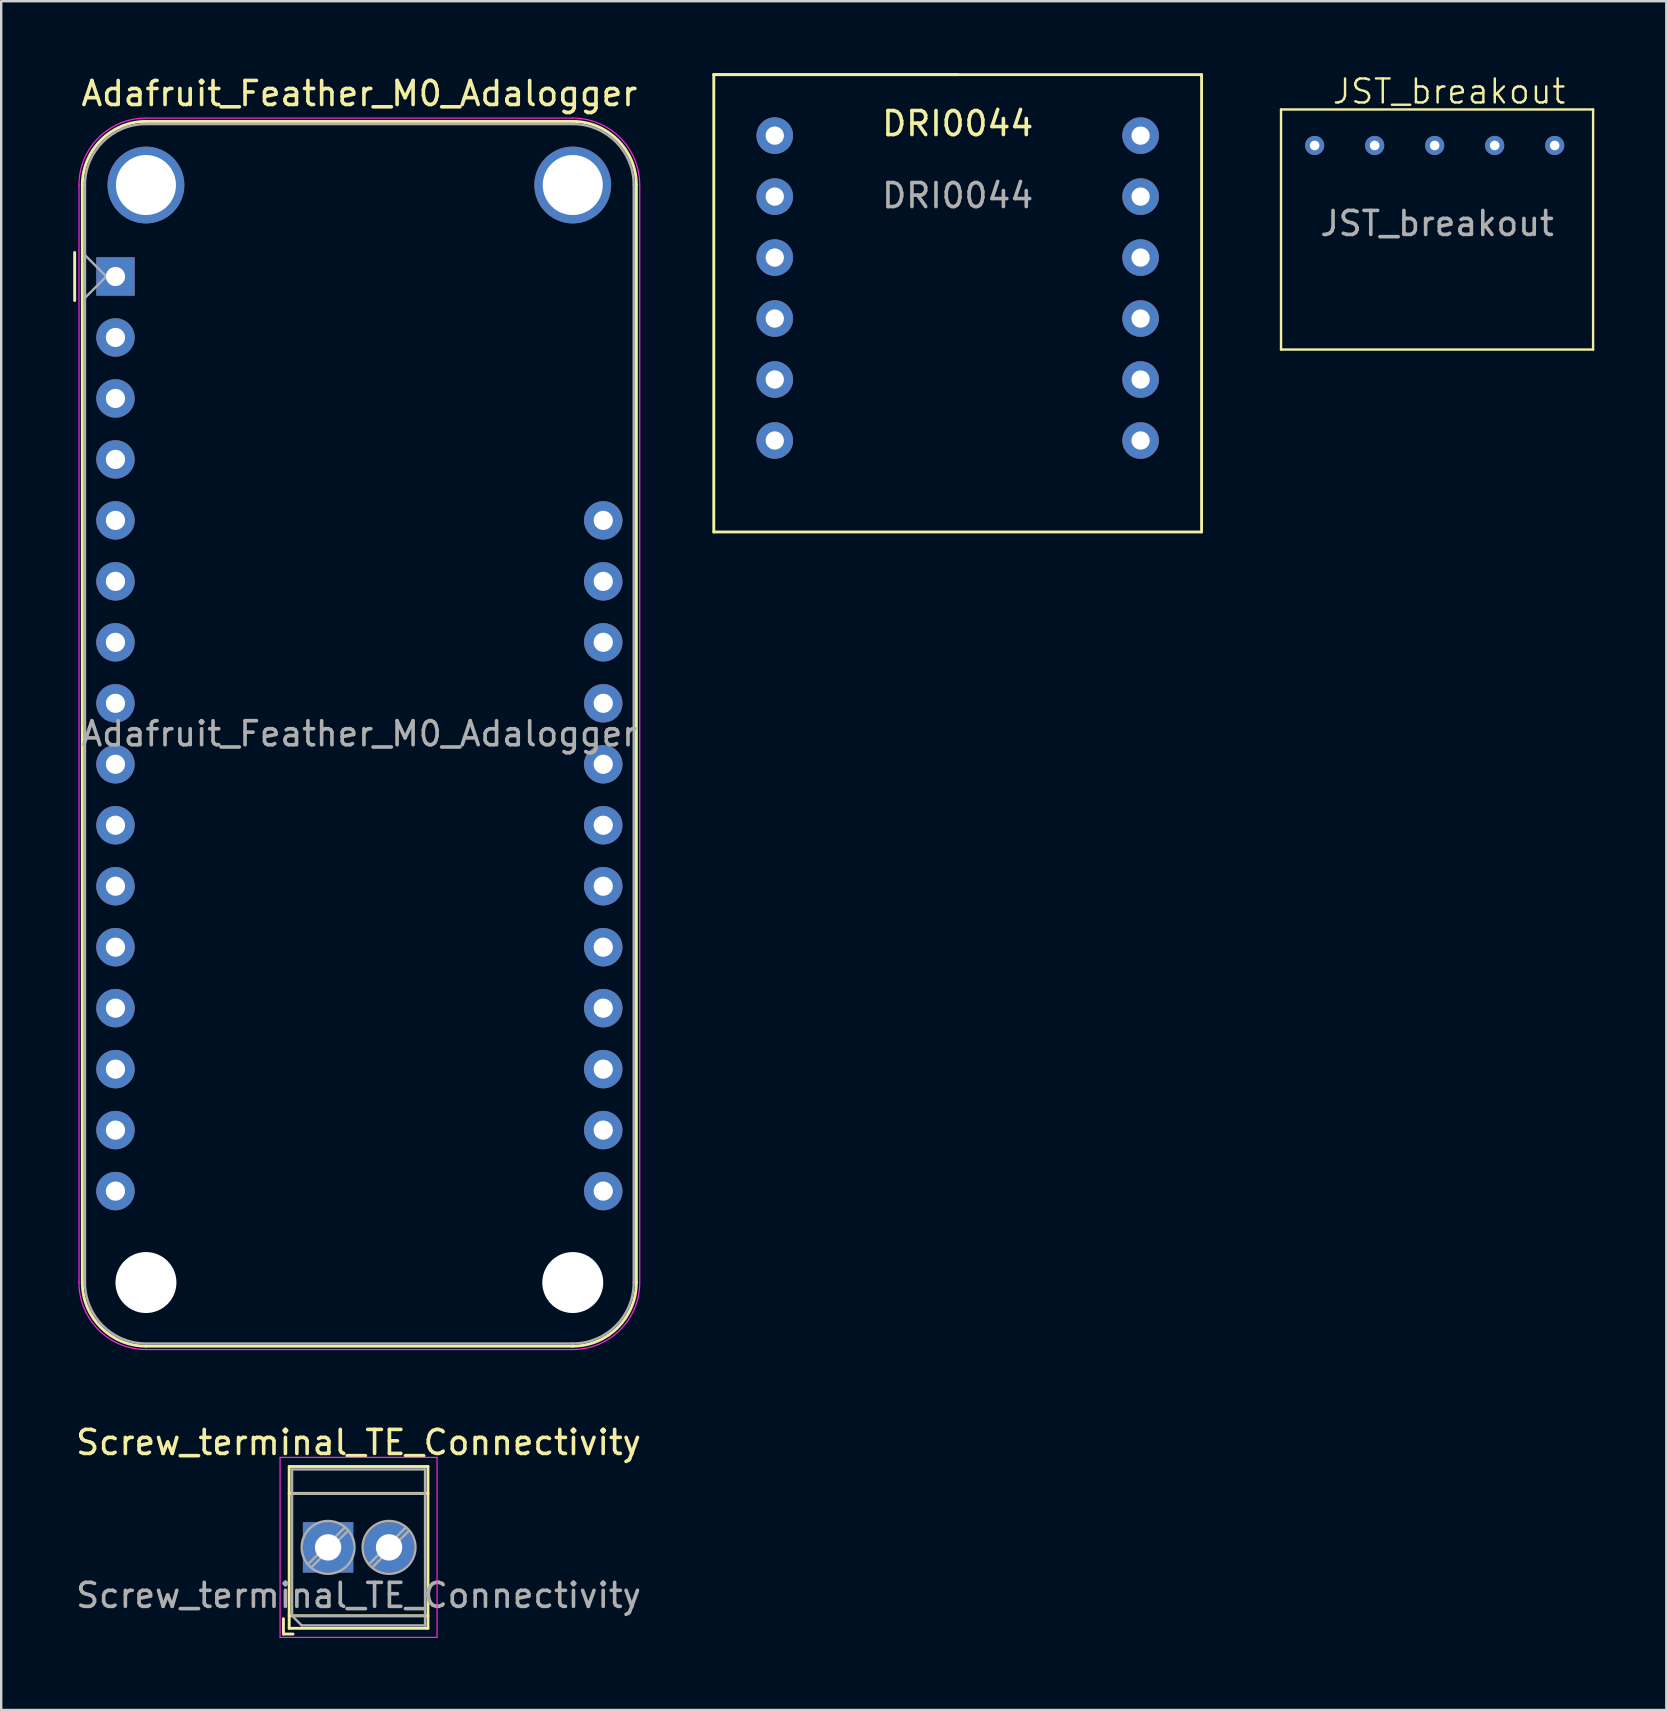
<source format=kicad_pcb>
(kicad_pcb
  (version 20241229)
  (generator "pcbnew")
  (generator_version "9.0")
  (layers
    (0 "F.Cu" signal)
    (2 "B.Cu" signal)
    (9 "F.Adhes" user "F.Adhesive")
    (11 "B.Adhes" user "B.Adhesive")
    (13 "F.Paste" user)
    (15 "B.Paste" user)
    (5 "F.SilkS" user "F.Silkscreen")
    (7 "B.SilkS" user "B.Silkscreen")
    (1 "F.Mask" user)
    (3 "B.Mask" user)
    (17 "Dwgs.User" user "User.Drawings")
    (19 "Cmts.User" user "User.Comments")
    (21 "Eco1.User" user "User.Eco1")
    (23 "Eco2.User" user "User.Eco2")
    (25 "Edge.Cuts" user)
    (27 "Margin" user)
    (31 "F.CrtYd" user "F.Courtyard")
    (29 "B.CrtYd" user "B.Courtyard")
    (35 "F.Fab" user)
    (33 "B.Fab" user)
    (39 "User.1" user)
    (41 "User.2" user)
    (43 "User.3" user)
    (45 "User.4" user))
  (footprint "DRI0044"
    (layer "F.Cu")
    (at 36.845 2.6)
    (property "Reference" "DRI0044" (at 0 -0.5 0) (unlocked yes) (layer "F.SilkS") (effects (font (size 1 1) (thickness 0.15))))
    (attr through_hole)
    (fp_line (start -10.16 -2.54) (end 10.16 -2.54) (stroke (width 0.12) (type solid)) (layer "F.SilkS"))
    (fp_line (start -10.16 16.51) (end -10.16 -2.54) (stroke (width 0.12) (type solid)) (layer "F.SilkS"))
    (fp_line (start 0 -2.54) (end -10.16 -2.54) (stroke (width 0.12) (type solid)) (layer "F.SilkS"))
    (fp_line (start 10.16 -2.54) (end 10.16 16.51) (stroke (width 0.12) (type solid)) (layer "F.SilkS"))
    (fp_line (start 10.16 16.51) (end -10.16 16.51) (stroke (width 0.12) (type solid)) (layer "F.SilkS"))
    (fp_text user "${REFERENCE}" (at 0 2.5 0) (unlocked yes) (layer "F.Fab") (effects (font (size 1 1) (thickness 0.15))))
    (pad "1" thru_hole circle (at -7.62 0) (size 1.524 1.524) (drill 0.762) (layers "*.Cu" "*.Mask"))
    (pad "2" thru_hole circle (at -7.62 2.54) (size 1.524 1.524) (drill 0.762) (layers "*.Cu" "*.Mask"))
    (pad "3" thru_hole circle (at -7.62 5.08) (size 1.524 1.524) (drill 0.762) (layers "*.Cu" "*.Mask"))
    (pad "4" thru_hole circle (at -7.62 7.62) (size 1.524 1.524) (drill 0.762) (layers "*.Cu" "*.Mask"))
    (pad "5" thru_hole circle (at -7.62 10.16) (size 1.524 1.524) (drill 0.762) (layers "*.Cu" "*.Mask"))
    (pad "6" thru_hole circle (at -7.62 12.7) (size 1.524 1.524) (drill 0.762) (layers "*.Cu" "*.Mask"))
    (pad "7" thru_hole circle (at 7.62 12.7) (size 1.524 1.524) (drill 0.762) (layers "*.Cu" "*.Mask"))
    (pad "8" thru_hole circle (at 7.62 10.16) (size 1.524 1.524) (drill 0.762) (layers "*.Cu" "*.Mask"))
    (pad "9" thru_hole circle (at 7.62 7.62) (size 1.524 1.524) (drill 0.762) (layers "*.Cu" "*.Mask"))
    (pad "10" thru_hole circle (at 7.62 5.08) (size 1.524 1.524) (drill 0.762) (layers "*.Cu" "*.Mask"))
    (pad "11" thru_hole circle (at 7.62 2.54) (size 1.524 1.524) (drill 0.762) (layers "*.Cu" "*.Mask"))
    (pad "12" thru_hole circle (at 7.62 0) (size 1.524 1.524) (drill 0.762) (layers "*.Cu" "*.Mask")))
  (footprint "Adafruit_Feather_M0_Adalogger"
    (layer "F.Cu")
    (at 1.76 8.468)
    (property "Reference" "Adafruit_Feather_M0_Adalogger" (at 10.16 -7.62 0) (layer "F.SilkS") (effects (font (size 1 1) (thickness 0.15))))
    (attr through_hole)
    (fp_line (start -1.7 1) (end -1.7 -1) (stroke (width 0.12) (type solid)) (layer "F.SilkS"))
    (fp_line (start -1.38 -3.81) (end -1.38 41.91) (stroke (width 0.12) (type solid)) (layer "F.SilkS"))
    (fp_line (start 19.05 -6.46) (end 1.27 -6.46) (stroke (width 0.12) (type solid)) (layer "F.SilkS"))
    (fp_line (start 19.05 44.56) (end 1.27 44.56) (stroke (width 0.12) (type solid)) (layer "F.SilkS"))
    (fp_line (start 21.7 -3.81) (end 21.7 41.91) (stroke (width 0.12) (type solid)) (layer "F.SilkS"))
    (fp_arc (start -1.38 -3.81) (mid -0.603833 -5.683833) (end 1.27 -6.46) (stroke (width 0.12) (type solid)) (layer "F.SilkS"))
    (fp_arc (start 1.27 44.56) (mid -0.603833 43.783833) (end -1.38 41.91) (stroke (width 0.12) (type solid)) (layer "F.SilkS"))
    (fp_arc (start 19.05 -6.46) (mid 20.923833 -5.683833) (end 21.7 -3.81) (stroke (width 0.12) (type solid)) (layer "F.SilkS"))
    (fp_arc (start 21.7 41.91) (mid 20.923833 43.783833) (end 19.05 44.56) (stroke (width 0.12) (type solid)) (layer "F.SilkS"))
    (fp_line (start -1.52 41.91) (end -1.52 -3.81) (stroke (width 0.05) (type solid)) (layer "F.CrtYd"))
    (fp_line (start 19.05 -6.6) (end 1.27 -6.6) (stroke (width 0.05) (type solid)) (layer "F.CrtYd"))
    (fp_line (start 19.05 44.7) (end 1.27 44.7) (stroke (width 0.05) (type solid)) (layer "F.CrtYd"))
    (fp_line (start 21.84 41.91) (end 21.84 -3.81) (stroke (width 0.05) (type solid)) (layer "F.CrtYd"))
    (fp_arc (start -1.52 -3.81) (mid -0.702828 -5.782828) (end 1.27 -6.6) (stroke (width 0.05) (type solid)) (layer "F.CrtYd"))
    (fp_arc (start 1.27 44.7) (mid -0.702828 43.882828) (end -1.52 41.91) (stroke (width 0.05) (type solid)) (layer "F.CrtYd"))
    (fp_arc (start 19.05 -6.6) (mid 21.022828 -5.782828) (end 21.84 -3.81) (stroke (width 0.05) (type solid)) (layer "F.CrtYd"))
    (fp_arc (start 21.84 41.91) (mid 21.022828 43.882828) (end 19.05 44.7) (stroke (width 0.05) (type solid)) (layer "F.CrtYd"))
    (fp_line (start -1.27 -3.81) (end -1.27 41.91) (stroke (width 0.1) (type solid)) (layer "F.Fab"))
    (fp_line (start -1.27 -0.889) (end -0.381 0) (stroke (width 0.1) (type solid)) (layer "F.Fab"))
    (fp_line (start -0.381 0) (end -1.27 0.889) (stroke (width 0.1) (type solid)) (layer "F.Fab"))
    (fp_line (start 1.27 44.45) (end 19.05 44.45) (stroke (width 0.1) (type solid)) (layer "F.Fab"))
    (fp_line (start 19.05 -6.35) (end 1.27 -6.35) (stroke (width 0.1) (type solid)) (layer "F.Fab"))
    (fp_line (start 21.59 41.91) (end 21.59 -3.81) (stroke (width 0.1) (type solid)) (layer "F.Fab"))
    (fp_arc (start -1.27 -3.81) (mid -0.526051 -5.606051) (end 1.27 -6.35) (stroke (width 0.1) (type solid)) (layer "F.Fab"))
    (fp_arc (start 1.221238 44.449532) (mid -0.543209 43.688728) (end -1.27 41.91) (stroke (width 0.1) (type solid)) (layer "F.Fab"))
    (fp_arc (start 19.05 -6.35) (mid 20.846051 -5.606051) (end 21.59 -3.81) (stroke (width 0.1) (type solid)) (layer "F.Fab"))
    (fp_arc (start 21.59 41.91) (mid 20.846051 43.706051) (end 19.05 44.45) (stroke (width 0.1) (type solid)) (layer "F.Fab"))
    (fp_text user "${REFERENCE}" (at 10.16 19.05 180) (layer "F.Fab") (effects (font (size 1 1) (thickness 0.15))))
    (pad "" np_thru_hole circle (at 1.27 -3.81 270) (size 3.2 3.2) (drill 2.5) (layers "*.Cu" "*.Mask"))
    (pad "" np_thru_hole circle (at 1.27 41.91 270) (size 2.54 2.54) (drill 2.54) (layers "*.Cu" "*.Mask"))
    (pad "" np_thru_hole circle (at 19.05 -3.81 270) (size 3.2 3.2) (drill 2.5) (layers "*.Cu" "*.Mask"))
    (pad "" np_thru_hole circle (at 19.05 41.91 270) (size 2.54 2.54) (drill 2.54) (layers "*.Cu" "*.Mask"))
    (pad "1" thru_hole rect (at 0 0 180) (size 1.6 1.6) (drill 0.8) (layers "*.Cu" "*.Mask"))
    (pad "2" thru_hole circle (at 0 2.54 180) (size 1.6 1.6) (drill 0.8) (layers "*.Cu" "*.Mask"))
    (pad "3" thru_hole circle (at 0 5.08 180) (size 1.6 1.6) (drill 0.8) (layers "*.Cu" "*.Mask"))
    (pad "4" thru_hole circle (at 0 7.62 180) (size 1.6 1.6) (drill 0.8) (layers "*.Cu" "*.Mask"))
    (pad "5" thru_hole circle (at 0 10.16 180) (size 1.6 1.6) (drill 0.8) (layers "*.Cu" "*.Mask"))
    (pad "6" thru_hole circle (at 0 12.7 180) (size 1.6 1.6) (drill 0.8) (layers "*.Cu" "*.Mask"))
    (pad "7" thru_hole circle (at 0 15.24 180) (size 1.6 1.6) (drill 0.8) (layers "*.Cu" "*.Mask"))
    (pad "8" thru_hole circle (at 0 17.78 180) (size 1.6 1.6) (drill 0.8) (layers "*.Cu" "*.Mask"))
    (pad "9" thru_hole circle (at 0 20.32 180) (size 1.6 1.6) (drill 0.8) (layers "*.Cu" "*.Mask"))
    (pad "10" thru_hole circle (at 0 22.86 180) (size 1.6 1.6) (drill 0.8) (layers "*.Cu" "*.Mask"))
    (pad "11" thru_hole circle (at 0 25.4 180) (size 1.6 1.6) (drill 0.8) (layers "*.Cu" "*.Mask"))
    (pad "12" thru_hole circle (at 0 27.94 180) (size 1.6 1.6) (drill 0.8) (layers "*.Cu" "*.Mask"))
    (pad "13" thru_hole circle (at 0 30.48 180) (size 1.6 1.6) (drill 0.8) (layers "*.Cu" "*.Mask"))
    (pad "14" thru_hole circle (at 0 33.02 180) (size 1.6 1.6) (drill 0.8) (layers "*.Cu" "*.Mask"))
    (pad "15" thru_hole circle (at 0 35.56 180) (size 1.6 1.6) (drill 0.8) (layers "*.Cu" "*.Mask"))
    (pad "16" thru_hole circle (at 0 38.1 180) (size 1.6 1.6) (drill 0.8) (layers "*.Cu" "*.Mask"))
    (pad "17" thru_hole circle (at 20.32 38.1 180) (size 1.6 1.6) (drill 0.8) (layers "*.Cu" "*.Mask"))
    (pad "18" thru_hole circle (at 20.32 35.56 180) (size 1.6 1.6) (drill 0.8) (layers "*.Cu" "*.Mask"))
    (pad "19" thru_hole circle (at 20.32 33.02 180) (size 1.6 1.6) (drill 0.8) (layers "*.Cu" "*.Mask"))
    (pad "20" thru_hole circle (at 20.32 30.48 180) (size 1.6 1.6) (drill 0.8) (layers "*.Cu" "*.Mask"))
    (pad "21" thru_hole circle (at 20.32 27.94 180) (size 1.6 1.6) (drill 0.8) (layers "*.Cu" "*.Mask"))
    (pad "22" thru_hole circle (at 20.32 25.4 180) (size 1.6 1.6) (drill 0.8) (layers "*.Cu" "*.Mask"))
    (pad "23" thru_hole circle (at 20.32 22.86 180) (size 1.6 1.6) (drill 0.8) (layers "*.Cu" "*.Mask"))
    (pad "24" thru_hole circle (at 20.32 20.32 180) (size 1.6 1.6) (drill 0.8) (layers "*.Cu" "*.Mask"))
    (pad "25" thru_hole circle (at 20.32 17.78 180) (size 1.6 1.6) (drill 0.8) (layers "*.Cu" "*.Mask"))
    (pad "26" thru_hole circle (at 20.32 15.24 180) (size 1.6 1.6) (drill 0.8) (layers "*.Cu" "*.Mask"))
    (pad "27" thru_hole circle (at 20.32 12.7 180) (size 1.6 1.6) (drill 0.8) (layers "*.Cu" "*.Mask"))
    (pad "28" thru_hole circle (at 20.32 10.16 180) (size 1.6 1.6) (drill 0.8) (layers "*.Cu" "*.Mask")))
  (footprint "JST_breakout"
    (layer "F.Cu")
    (at 50.315 1.51)
    (property "Reference" "JST_breakout" (at 7 -0.75 0) (unlocked yes) (layer "F.SilkS") (effects (font (size 1 1) (thickness 0.1))))
    (attr through_hole)
    (fp_line (start 0 0) (end 13 0) (stroke (width 0.1) (type default)) (layer "F.SilkS"))
    (fp_line (start 0 10) (end 0 0) (stroke (width 0.1) (type default)) (layer "F.SilkS"))
    (fp_line (start 13 0) (end 13 10) (stroke (width 0.1) (type default)) (layer "F.SilkS"))
    (fp_line (start 13 10) (end 0 10) (stroke (width 0.1) (type default)) (layer "F.SilkS"))
    (fp_text user "${REFERENCE}" (at 6.5 4.75 0) (unlocked yes) (layer "F.Fab") (effects (font (size 1 1) (thickness 0.15))))
    (pad "1" thru_hole circle (at 1.4 1.5 90) (size 0.8 0.8) (drill 0.4) (layers "*.Cu" "*.Mask"))
    (pad "2" thru_hole circle (at 3.9 1.5 90) (size 0.8 0.8) (drill 0.4) (layers "*.Cu" "*.Mask"))
    (pad "3" thru_hole circle (at 6.4 1.5 90) (size 0.8 0.8) (drill 0.4) (layers "*.Cu" "*.Mask"))
    (pad "4" thru_hole circle (at 8.9 1.5 90) (size 0.8 0.8) (drill 0.4) (layers "*.Cu" "*.Mask"))
    (pad "5" thru_hole circle (at 11.4 1.5 90) (size 0.8 0.8) (drill 0.4) (layers "*.Cu" "*.Mask")))
  (footprint "Screw_terminal_TE_Connectivity"
    (layer "F.Cu")
    (at 10.617 61.411)
    (property "Reference" "Screw_terminal_TE_Connectivity" (at 1.27 -4.37 0) (layer "F.SilkS") (effects (font (size 1 1) (thickness 0.15))))
    (attr through_hole)
    (fp_line (start -1.86 2.97) (end -1.86 3.61) (stroke (width 0.12) (type solid)) (layer "F.SilkS"))
    (fp_line (start -1.86 3.61) (end -1.46 3.61) (stroke (width 0.12) (type solid)) (layer "F.SilkS"))
    (fp_line (start -1.62 -3.37) (end -1.62 3.37) (stroke (width 0.12) (type solid)) (layer "F.SilkS"))
    (fp_line (start -1.62 -3.37) (end 4.16 -3.37) (stroke (width 0.12) (type solid)) (layer "F.SilkS"))
    (fp_line (start -1.62 -2.25) (end 4.16 -2.25) (stroke (width 0.12) (type solid)) (layer "F.SilkS"))
    (fp_line (start -1.62 2.85) (end 4.16 2.85) (stroke (width 0.12) (type solid)) (layer "F.SilkS"))
    (fp_line (start -1.62 3.37) (end 4.16 3.37) (stroke (width 0.12) (type solid)) (layer "F.SilkS"))
    (fp_line (start 4.16 -3.37) (end 4.16 3.37) (stroke (width 0.12) (type solid)) (layer "F.SilkS"))
    (fp_line (start -2 -3.75) (end -2 3.75) (stroke (width 0.05) (type solid)) (layer "F.CrtYd"))
    (fp_line (start -2 3.75) (end 4.54 3.75) (stroke (width 0.05) (type solid)) (layer "F.CrtYd"))
    (fp_line (start 4.54 -3.75) (end -2 -3.75) (stroke (width 0.05) (type solid)) (layer "F.CrtYd"))
    (fp_line (start 4.54 3.75) (end 4.54 -3.75) (stroke (width 0.05) (type solid)) (layer "F.CrtYd"))
    (fp_line (start -1.5 -3.25) (end 4.04 -3.25) (stroke (width 0.1) (type solid)) (layer "F.Fab"))
    (fp_line (start -1.5 -2.25) (end 4.04 -2.25) (stroke (width 0.1) (type solid)) (layer "F.Fab"))
    (fp_line (start -1.5 2.85) (end -1.5 -3.25) (stroke (width 0.1) (type solid)) (layer "F.Fab"))
    (fp_line (start -1.5 2.85) (end 4.04 2.85) (stroke (width 0.1) (type solid)) (layer "F.Fab"))
    (fp_line (start -1.1 3.25) (end -1.5 2.85) (stroke (width 0.1) (type solid)) (layer "F.Fab"))
    (fp_line (start 0.701 -0.835) (end -0.835 0.7) (stroke (width 0.1) (type solid)) (layer "F.Fab"))
    (fp_line (start 0.835 -0.7) (end -0.701 0.835) (stroke (width 0.1) (type solid)) (layer "F.Fab"))
    (fp_line (start 3.241 -0.835) (end 1.706 0.7) (stroke (width 0.1) (type solid)) (layer "F.Fab"))
    (fp_line (start 3.375 -0.7) (end 1.84 0.835) (stroke (width 0.1) (type solid)) (layer "F.Fab"))
    (fp_line (start 4.04 -3.25) (end 4.04 3.25) (stroke (width 0.1) (type solid)) (layer "F.Fab"))
    (fp_line (start 4.04 3.25) (end -1.1 3.25) (stroke (width 0.1) (type solid)) (layer "F.Fab"))
    (fp_circle (center 0 0) (end 1.1 0) (stroke (width 0.1) (type solid)) (fill no) (layer "F.Fab"))
    (fp_circle (center 2.54 0) (end 3.64 0) (stroke (width 0.1) (type solid)) (fill no) (layer "F.Fab"))
    (fp_text user "${REFERENCE}" (at 1.27 2 0) (layer "F.Fab") (effects (font (size 1 1) (thickness 0.15))))
    (pad "1" thru_hole rect (at 0 0) (size 2.1 2.1) (drill 1.1) (layers "*.Cu" "*.Mask"))
    (pad "2" thru_hole circle (at 2.54 0) (size 2.1 2.1) (drill 1.1) (layers "*.Cu" "*.Mask")))
  (gr_rect
    (start -3 -3)
    (end 66.365 68.186)
    (stroke (width 0.1) (type default))
    (fill no)
    (layer "Edge.Cuts")))
</source>
